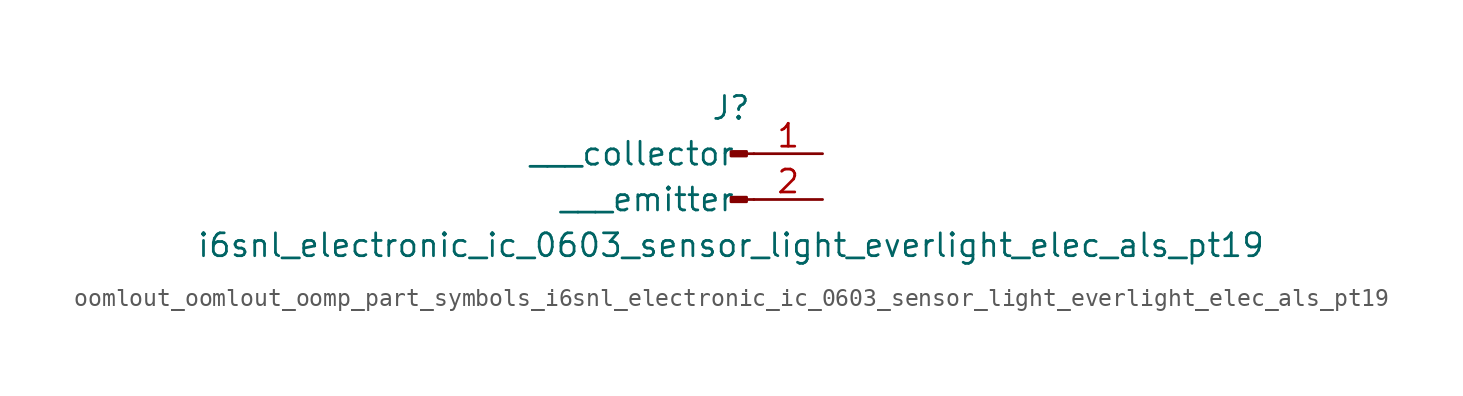
<source format=kicad_sym>
(kicad_symbol_lib
  (version 20220914)
  (generator kicad_symbol_editor)
  (symbol "oomlout_oomlout_oomp_part_symbols_i6snl_electronic_ic_0603_sensor_light_everlight_elec_als_pt19"
    (pin_names
      (offset 1.016))
    (property "Reference" "J"
      (at 0 2.54 0)
      (effects (font (size 1.27 1.27))))
    (property "Value" "i6snl_electronic_ic_0603_sensor_light_everlight_elec_als_pt19"
      (at 0 -5.08 0)
      (effects (font (size 1.27 1.27))))
    (property "ki_locked" ""
      (at 0 0 0)
      (effects (font (size 1.27 1.27))))
    (symbol "oomlout_oomlout_oomp_part_symbols_i6snl_electronic_ic_0603_sensor_light_everlight_elec_als_pt19_1_1"
      (polyline (pts (xy 1.27 -2.54) (xy 0.864 -2.54)) (stroke (width 0.152) (type default)) (fill (type none)))
      (polyline (pts (xy 1.27 0) (xy 0.864 0)) (stroke (width 0.152) (type default)) (fill (type none)))
      (rectangle (start 0.864 -2.413) (end 0 -2.667) (stroke (width 0.152) (type default)) (fill (type outline)))
      (rectangle (start 0.864 0.127) (end 0 -0.127) (stroke (width 0.152) (type default)) (fill (type outline)))
      (pin passive line (at 5.08 0 180) (length 3.81) (name "   collector" (effects (font (size 1.27 1.27)))) (number "1" (effects (font (size 1.27 1.27)))))
      (pin passive line (at 5.08 -2.54 180) (length 3.81) (name "   emitter" (effects (font (size 1.27 1.27)))) (number "2" (effects (font (size 1.27 1.27))))))))
</source>
